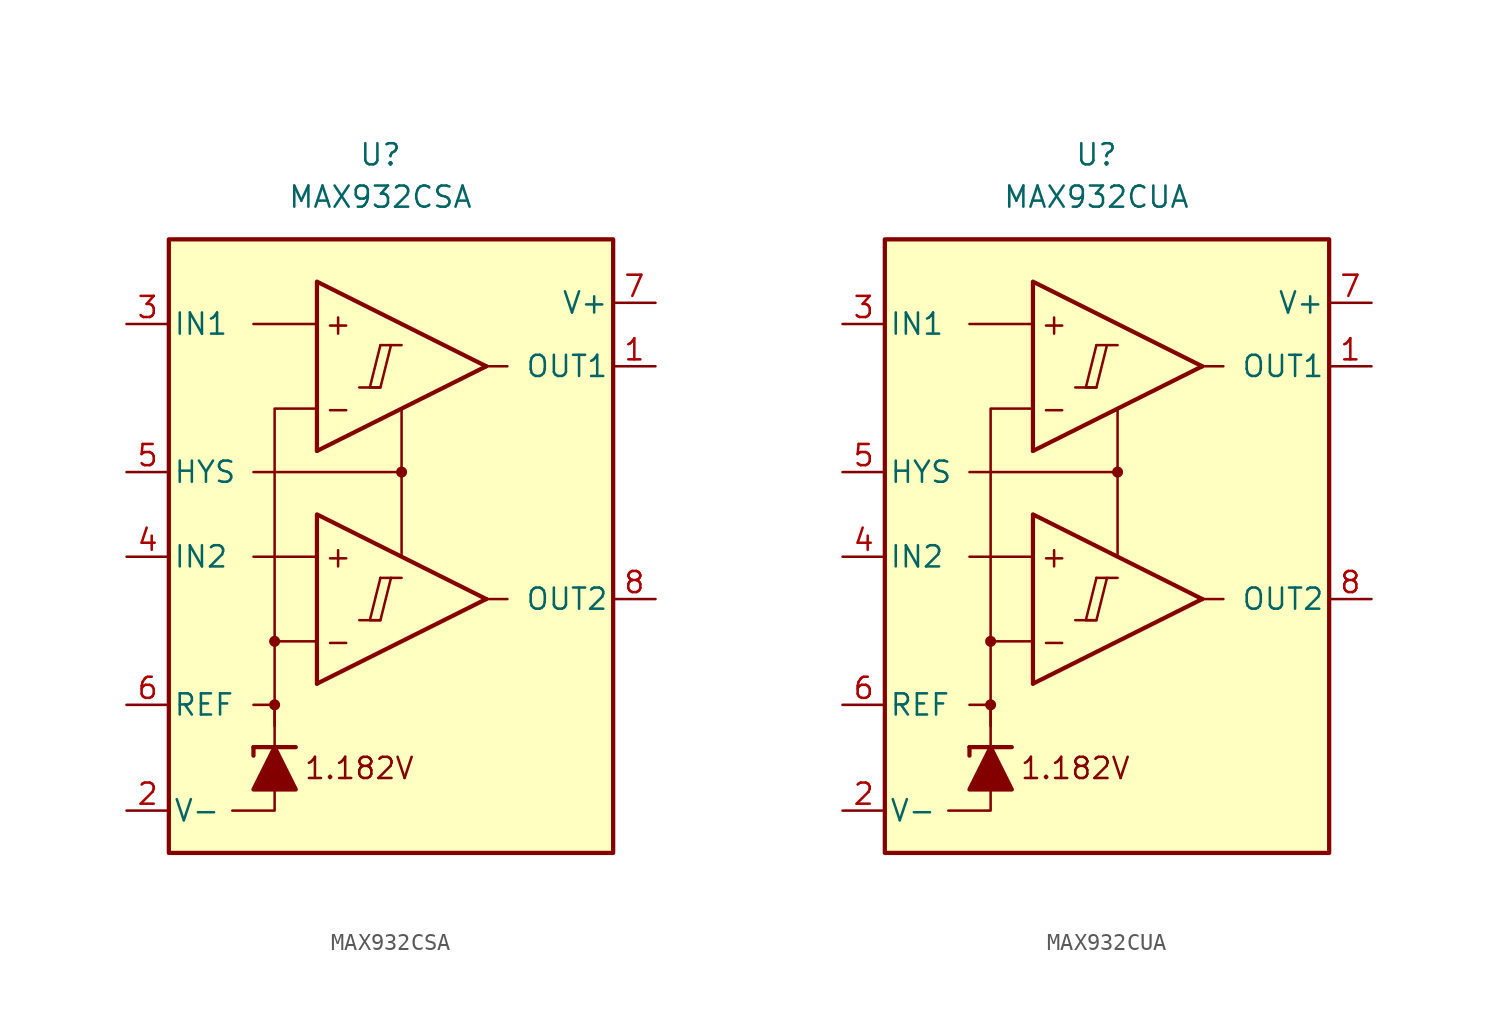
<source format=kicad_sym>
(kicad_symbol_lib
  (version 20231120)
  (generator "kicad_symbol_editor")
  (generator_version "8.0")
  (symbol "MAX932CSA"
    (pin_names
      (offset 0.254))
    (property "Reference" "U"
      (at -1.27 22.86 0)
      (effects (font (size 1.27 1.27))))
    (property "Value" "MAX932CSA"
      (at -1.27 20.32 0)
      (effects (font (size 1.27 1.27))))
    (symbol "MAX932CSA_0_0"
      (rectangle (start -13.97 17.78) (end 12.7 -19.05) (stroke (width 0.254) (type default)) (fill (type background)))
      (circle (center -7.62 -10.16) (radius 0.254) (stroke (width 0.152) (type default)) (fill (type outline)))
      (circle (center -7.62 -6.35) (radius 0.254) (stroke (width 0.152) (type default)) (fill (type outline)))
      (polyline (pts (xy -2.54 -5.08) (xy -1.27 -5.08)) (stroke (width 0.152) (type default)) (fill (type none)))
      (polyline (pts (xy -2.54 8.89) (xy -1.27 8.89)) (stroke (width 0.152) (type default)) (fill (type none)))
      (polyline (pts (xy -1.27 -2.54) (xy 0 -2.54)) (stroke (width 0.152) (type default)) (fill (type none)))
      (polyline (pts (xy -1.27 11.43) (xy 0 11.43)) (stroke (width 0.152) (type default)) (fill (type none)))
      (polyline (pts (xy 5.08 -3.81) (xy -5.08 -8.89)) (stroke (width 0.254) (type default)) (fill (type none)))
      (polyline (pts (xy 5.08 10.16) (xy -5.08 5.08)) (stroke (width 0.254) (type default)) (fill (type none)))
      (polyline (pts (xy 5.08 -3.81) (xy -5.08 1.27) (xy -5.08 -8.89)) (stroke (width 0.254) (type default)) (fill (type background)))
      (polyline (pts (xy 5.08 10.16) (xy -5.08 15.24) (xy -5.08 5.08)) (stroke (width 0.254) (type default)) (fill (type background)))
      (polyline (pts (xy -1.27 -2.54) (xy -1.905 -5.08) (xy -1.27 -5.08) (xy -0.635 -2.54)) (stroke (width 0.152) (type default)) (fill (type none)))
      (polyline (pts (xy -1.27 11.43) (xy -1.905 8.89) (xy -1.27 8.89) (xy -0.635 11.43)) (stroke (width 0.152) (type default)) (fill (type none)))
      (circle (center 0 3.81) (radius 0.254) (stroke (width 0.152) (type default)) (fill (type outline)))
      (text "+" (at -3.81 -1.27 0) (effects (font (size 1.27 1.27))))
      (text "+" (at -3.81 12.7 0) (effects (font (size 1.27 1.27))))
      (text "-" (at -3.81 -6.35 0) (effects (font (size 1.27 1.27))))
      (text "-" (at -3.81 7.62 0) (effects (font (size 1.27 1.27))))
      (text "1.182V" (at -2.54 -13.97 0) (effects (font (size 1.27 1.27)))))
    (symbol "MAX932CSA_0_1"
      (polyline (pts (xy -8.89 -12.7) (xy -8.89 -13.208)) (stroke (width 0.254) (type default)) (fill (type none)))
      (polyline (pts (xy -8.89 -12.7) (xy -6.35 -12.7)) (stroke (width 0.254) (type default)) (fill (type none)))
      (polyline (pts (xy -5.08 -1.27) (xy -8.89 -1.27)) (stroke (width 0) (type default)) (fill (type none)))
      (polyline (pts (xy -5.08 12.7) (xy -8.89 12.7)) (stroke (width 0) (type default)) (fill (type none)))
      (polyline (pts (xy 0 3.81) (xy 0 -1.27)) (stroke (width 0) (type default)) (fill (type none)))
      (polyline (pts (xy 5.08 -3.81) (xy 6.35 -3.81)) (stroke (width 0) (type default)) (fill (type none)))
      (polyline (pts (xy 5.08 10.16) (xy 6.35 10.16)) (stroke (width 0) (type default)) (fill (type none)))
      (polyline (pts (xy -7.62 -15.24) (xy -7.62 -16.51) (xy -10.16 -16.51)) (stroke (width 0) (type default)) (fill (type none)))
      (polyline (pts (xy -7.62 -12.7) (xy -7.62 -10.16) (xy -8.89 -10.16)) (stroke (width 0) (type default)) (fill (type none)))
      (polyline (pts (xy -7.62 -11.43) (xy -7.62 -6.35) (xy -5.08 -6.35)) (stroke (width 0) (type default)) (fill (type none)))
      (polyline (pts (xy -7.62 -6.35) (xy -7.62 7.62) (xy -5.08 7.62)) (stroke (width 0) (type default)) (fill (type none)))
      (polyline (pts (xy 0 7.62) (xy 0 3.81) (xy -8.89 3.81)) (stroke (width 0) (type default)) (fill (type none)))
      (polyline (pts (xy -6.35 -15.24) (xy -8.89 -15.24) (xy -7.62 -12.7) (xy -6.35 -15.24)) (stroke (width 0.254) (type default)) (fill (type outline))))
    (symbol "MAX932CSA_1_1"
      (pin output line (at 15.24 10.16 180) (length 2.54) (name "OUT1" (effects (font (size 1.27 1.27)))) (number "1" (effects (font (size 1.27 1.27)))))
      (pin power_in line (at -16.51 -16.51 0) (length 2.54) (name "V-" (effects (font (size 1.27 1.27)))) (number "2" (effects (font (size 1.27 1.27)))))
      (pin input line (at -16.51 12.7 0) (length 2.54) (name "IN1" (effects (font (size 1.27 1.27)))) (number "3" (effects (font (size 1.27 1.27)))))
      (pin input line (at -16.51 -1.27 0) (length 2.54) (name "IN2" (effects (font (size 1.27 1.27)))) (number "4" (effects (font (size 1.27 1.27)))))
      (pin input line (at -16.51 3.81 0) (length 2.54) (name "HYS" (effects (font (size 1.27 1.27)))) (number "5" (effects (font (size 1.27 1.27)))))
      (pin output line (at -16.51 -10.16 0) (length 2.54) (name "REF" (effects (font (size 1.27 1.27)))) (number "6" (effects (font (size 1.27 1.27)))))
      (pin power_in line (at 15.24 13.97 180) (length 2.54) (name "V+" (effects (font (size 1.27 1.27)))) (number "7" (effects (font (size 1.27 1.27)))))
      (pin output line (at 15.24 -3.81 180) (length 2.54) (name "OUT2" (effects (font (size 1.27 1.27)))) (number "8" (effects (font (size 1.27 1.27)))))))
  (symbol "MAX932CUA"
    (pin_names
      (offset 0.254))
    (property "Reference" "U"
      (at -1.27 22.86 0)
      (effects (font (size 1.27 1.27))))
    (property "Value" "MAX932CUA"
      (at -1.27 20.32 0)
      (effects (font (size 1.27 1.27))))
    (symbol "MAX932CUA_0_0"
      (rectangle (start -13.97 17.78) (end 12.7 -19.05) (stroke (width 0.254) (type default)) (fill (type background)))
      (circle (center -7.62 -10.16) (radius 0.254) (stroke (width 0.152) (type default)) (fill (type outline)))
      (circle (center -7.62 -6.35) (radius 0.254) (stroke (width 0.152) (type default)) (fill (type outline)))
      (polyline (pts (xy -2.54 -5.08) (xy -1.27 -5.08)) (stroke (width 0.152) (type default)) (fill (type none)))
      (polyline (pts (xy -2.54 8.89) (xy -1.27 8.89)) (stroke (width 0.152) (type default)) (fill (type none)))
      (polyline (pts (xy -1.27 -2.54) (xy 0 -2.54)) (stroke (width 0.152) (type default)) (fill (type none)))
      (polyline (pts (xy -1.27 11.43) (xy 0 11.43)) (stroke (width 0.152) (type default)) (fill (type none)))
      (polyline (pts (xy 5.08 -3.81) (xy -5.08 -8.89)) (stroke (width 0.254) (type default)) (fill (type none)))
      (polyline (pts (xy 5.08 10.16) (xy -5.08 5.08)) (stroke (width 0.254) (type default)) (fill (type none)))
      (polyline (pts (xy 5.08 -3.81) (xy -5.08 1.27) (xy -5.08 -8.89)) (stroke (width 0.254) (type default)) (fill (type background)))
      (polyline (pts (xy 5.08 10.16) (xy -5.08 15.24) (xy -5.08 5.08)) (stroke (width 0.254) (type default)) (fill (type background)))
      (polyline (pts (xy -1.27 -2.54) (xy -1.905 -5.08) (xy -1.27 -5.08) (xy -0.635 -2.54)) (stroke (width 0.152) (type default)) (fill (type none)))
      (polyline (pts (xy -1.27 11.43) (xy -1.905 8.89) (xy -1.27 8.89) (xy -0.635 11.43)) (stroke (width 0.152) (type default)) (fill (type none)))
      (circle (center 0 3.81) (radius 0.254) (stroke (width 0.152) (type default)) (fill (type outline)))
      (text "+" (at -3.81 -1.27 0) (effects (font (size 1.27 1.27))))
      (text "+" (at -3.81 12.7 0) (effects (font (size 1.27 1.27))))
      (text "-" (at -3.81 -6.35 0) (effects (font (size 1.27 1.27))))
      (text "-" (at -3.81 7.62 0) (effects (font (size 1.27 1.27))))
      (text "1.182V" (at -2.54 -13.97 0) (effects (font (size 1.27 1.27)))))
    (symbol "MAX932CUA_0_1"
      (polyline (pts (xy -8.89 -12.7) (xy -8.89 -13.208)) (stroke (width 0.254) (type default)) (fill (type none)))
      (polyline (pts (xy -8.89 -12.7) (xy -6.35 -12.7)) (stroke (width 0.254) (type default)) (fill (type none)))
      (polyline (pts (xy -5.08 -1.27) (xy -8.89 -1.27)) (stroke (width 0) (type default)) (fill (type none)))
      (polyline (pts (xy -5.08 12.7) (xy -8.89 12.7)) (stroke (width 0) (type default)) (fill (type none)))
      (polyline (pts (xy 0 3.81) (xy 0 -1.27)) (stroke (width 0) (type default)) (fill (type none)))
      (polyline (pts (xy 5.08 -3.81) (xy 6.35 -3.81)) (stroke (width 0) (type default)) (fill (type none)))
      (polyline (pts (xy 5.08 10.16) (xy 6.35 10.16)) (stroke (width 0) (type default)) (fill (type none)))
      (polyline (pts (xy -7.62 -15.24) (xy -7.62 -16.51) (xy -10.16 -16.51)) (stroke (width 0) (type default)) (fill (type none)))
      (polyline (pts (xy -7.62 -12.7) (xy -7.62 -10.16) (xy -8.89 -10.16)) (stroke (width 0) (type default)) (fill (type none)))
      (polyline (pts (xy -7.62 -11.43) (xy -7.62 -6.35) (xy -5.08 -6.35)) (stroke (width 0) (type default)) (fill (type none)))
      (polyline (pts (xy -7.62 -6.35) (xy -7.62 7.62) (xy -5.08 7.62)) (stroke (width 0) (type default)) (fill (type none)))
      (polyline (pts (xy 0 7.62) (xy 0 3.81) (xy -8.89 3.81)) (stroke (width 0) (type default)) (fill (type none)))
      (polyline (pts (xy -6.35 -15.24) (xy -8.89 -15.24) (xy -7.62 -12.7) (xy -6.35 -15.24)) (stroke (width 0.254) (type default)) (fill (type outline))))
    (symbol "MAX932CUA_1_1"
      (pin output line (at 15.24 10.16 180) (length 2.54) (name "OUT1" (effects (font (size 1.27 1.27)))) (number "1" (effects (font (size 1.27 1.27)))))
      (pin power_in line (at -16.51 -16.51 0) (length 2.54) (name "V-" (effects (font (size 1.27 1.27)))) (number "2" (effects (font (size 1.27 1.27)))))
      (pin input line (at -16.51 12.7 0) (length 2.54) (name "IN1" (effects (font (size 1.27 1.27)))) (number "3" (effects (font (size 1.27 1.27)))))
      (pin input line (at -16.51 -1.27 0) (length 2.54) (name "IN2" (effects (font (size 1.27 1.27)))) (number "4" (effects (font (size 1.27 1.27)))))
      (pin input line (at -16.51 3.81 0) (length 2.54) (name "HYS" (effects (font (size 1.27 1.27)))) (number "5" (effects (font (size 1.27 1.27)))))
      (pin output line (at -16.51 -10.16 0) (length 2.54) (name "REF" (effects (font (size 1.27 1.27)))) (number "6" (effects (font (size 1.27 1.27)))))
      (pin power_in line (at 15.24 13.97 180) (length 2.54) (name "V+" (effects (font (size 1.27 1.27)))) (number "7" (effects (font (size 1.27 1.27)))))
      (pin output line (at 15.24 -3.81 180) (length 2.54) (name "OUT2" (effects (font (size 1.27 1.27)))) (number "8" (effects (font (size 1.27 1.27))))))))
</source>
